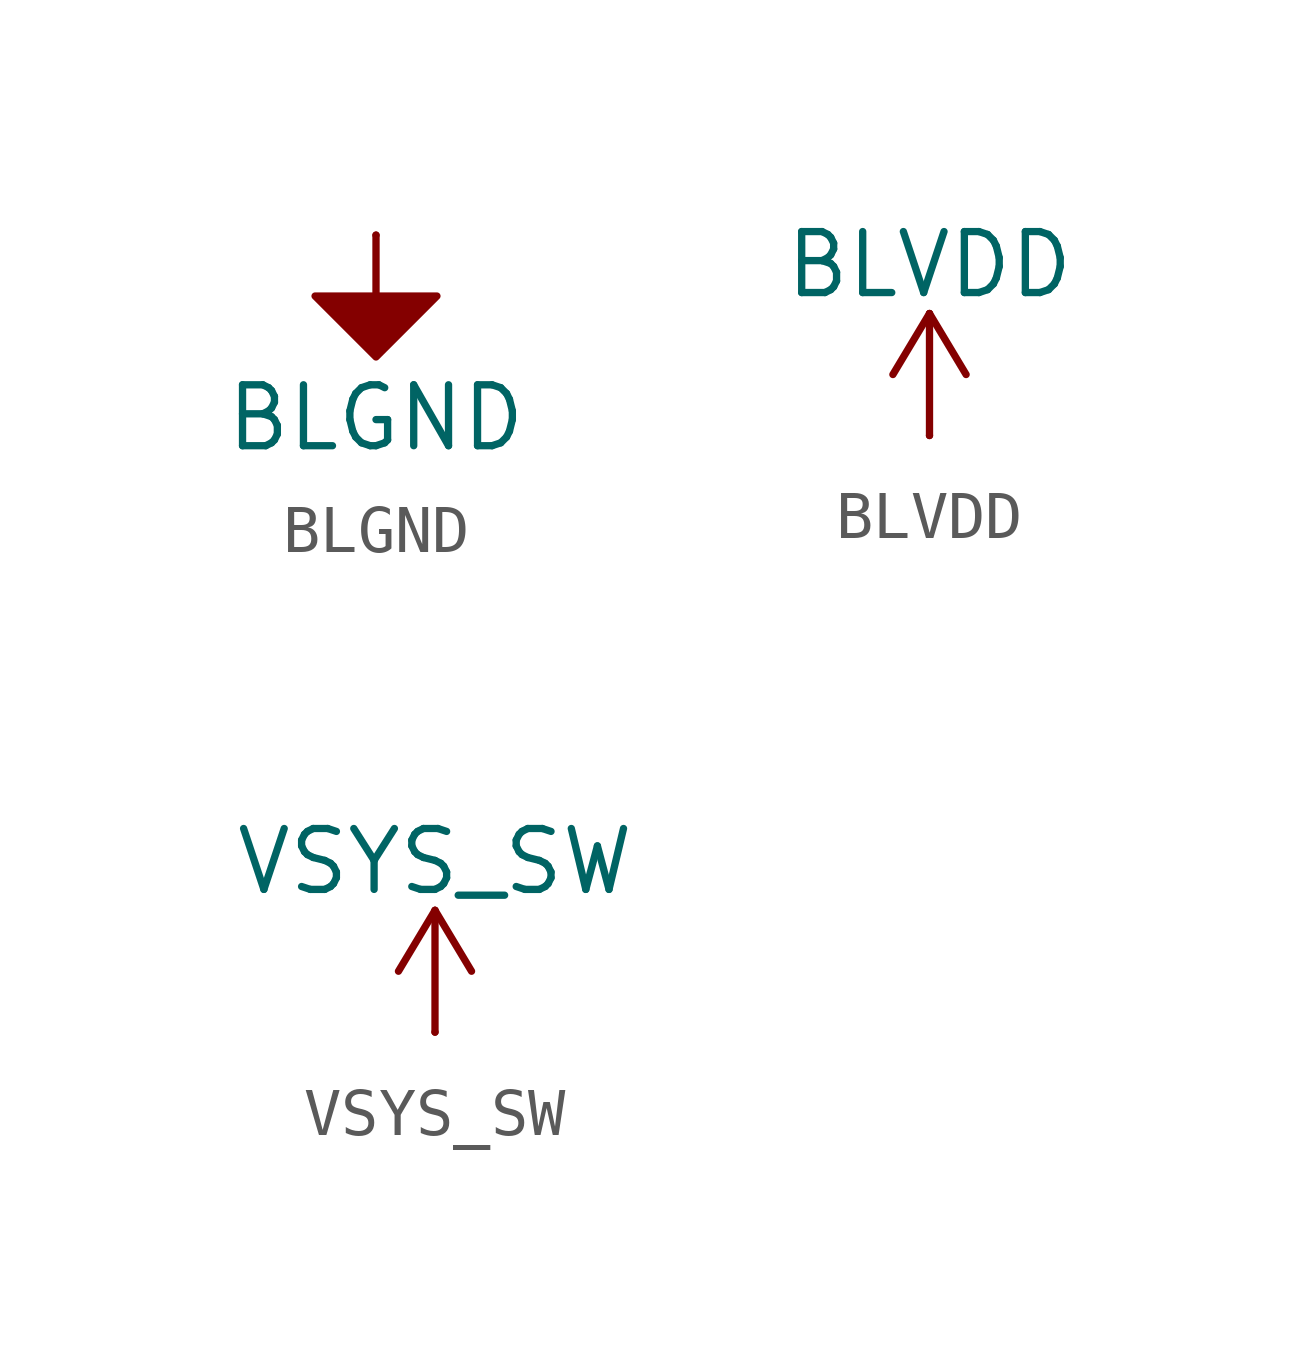
<source format=kicad_sym>
(kicad_symbol_lib
  (version 20241209)
  (generator "kicad_symbol_editor")
  (generator_version "9.0")
  (symbol "BLGND"
    (power)
    (pin_numbers
      (hide yes))
    (pin_names
      (offset 0)
      (hide yes))
    (property "Reference" "#PWR"
      (at 0 -6.35 0)
      (effects (font (size 1.27 1.27)) (hide yes)))
    (property "Value" "BLGND"
      (at 0 -3.81 0)
      (effects (font (size 1.27 1.27))))
    (symbol "BLGND_1_1"
      (polyline (pts (xy 0 0) (xy 0 -1.27) (xy 1.27 -1.27) (xy 0 -2.54) (xy -1.27 -1.27) (xy 0 -1.27)) (stroke (width 0) (type solid)) (fill (type color) (color 132 0 0 1)))
      (pin power_in line (at 0 0 270) (length 0) (name "~" (effects (font (size 1.27 1.27)))) (number "1" (effects (font (size 1.27 1.27)))))))
  (symbol "BLVDD"
    (power)
    (pin_numbers
      (hide yes))
    (pin_names
      (offset 0)
      (hide yes))
    (property "Reference" "#PWR"
      (at 0 -3.81 0)
      (effects (font (size 1.27 1.27)) (hide yes)))
    (property "Value" "BLVDD"
      (at 0 3.556 0)
      (effects (font (size 1.27 1.27))))
    (symbol "BLVDD_0_1"
      (polyline (pts (xy -0.762 1.27) (xy 0 2.54)) (stroke (width 0) (type default)) (fill (type none)))
      (polyline (pts (xy 0 2.54) (xy 0.762 1.27)) (stroke (width 0) (type default)) (fill (type none)))
      (polyline (pts (xy 0 0) (xy 0 2.54)) (stroke (width 0) (type default)) (fill (type none))))
    (symbol "BLVDD_1_1"
      (pin power_in line (at 0 0 90) (length 0) (name "~" (effects (font (size 1.27 1.27)))) (number "1" (effects (font (size 1.27 1.27)))))))
  (symbol "VSYS_SW"
    (power)
    (pin_numbers
      (hide yes))
    (pin_names
      (offset 0)
      (hide yes))
    (property "Reference" "#PWR"
      (at 0 -3.81 0)
      (effects (font (size 1.27 1.27)) (hide yes)))
    (property "Value" "VSYS_SW"
      (at 0 3.556 0)
      (effects (font (size 1.27 1.27))))
    (symbol "VSYS_SW_0_1"
      (polyline (pts (xy -0.762 1.27) (xy 0 2.54)) (stroke (width 0) (type default)) (fill (type none)))
      (polyline (pts (xy 0 2.54) (xy 0.762 1.27)) (stroke (width 0) (type default)) (fill (type none)))
      (polyline (pts (xy 0 0) (xy 0 2.54)) (stroke (width 0) (type default)) (fill (type none))))
    (symbol "VSYS_SW_1_1"
      (pin power_in line (at 0 0 90) (length 0) (name "~" (effects (font (size 1.27 1.27)))) (number "1" (effects (font (size 1.27 1.27))))))))
</source>
